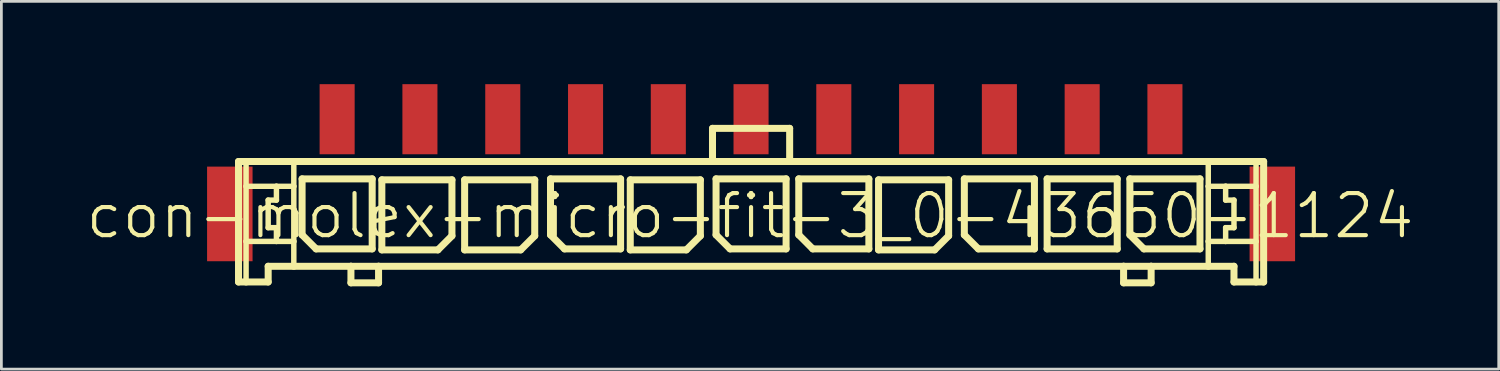
<source format=kicad_pcb>
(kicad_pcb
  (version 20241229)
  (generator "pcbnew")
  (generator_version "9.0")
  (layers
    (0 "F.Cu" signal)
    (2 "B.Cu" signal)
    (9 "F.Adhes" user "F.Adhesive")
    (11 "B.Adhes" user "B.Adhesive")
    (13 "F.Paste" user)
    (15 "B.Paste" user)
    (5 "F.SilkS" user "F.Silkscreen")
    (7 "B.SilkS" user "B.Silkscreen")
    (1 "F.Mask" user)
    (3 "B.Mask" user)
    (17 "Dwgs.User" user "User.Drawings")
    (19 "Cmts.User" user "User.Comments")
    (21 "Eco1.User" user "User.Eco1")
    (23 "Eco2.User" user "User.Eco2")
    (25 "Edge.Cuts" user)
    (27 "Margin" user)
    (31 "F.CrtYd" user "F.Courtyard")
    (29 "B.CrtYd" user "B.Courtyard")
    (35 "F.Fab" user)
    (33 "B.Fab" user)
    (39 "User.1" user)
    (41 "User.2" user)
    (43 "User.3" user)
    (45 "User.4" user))
  (footprint "con-molex-micro-fit-3_0-43650-1124"
    (layer "F.Cu")
    (at 24.13 4.773)
    (property "Reference" "con-molex-micro-fit-3_0-43650-1124" (at 0 0 0) (layer "F.SilkS") (effects (font (size 1.524 1.524) (thickness 0.15))))
    (attr smd)
    (fp_line (start -18.537 -1.971) (end -18.263 -1.971) (stroke (width 0.254) (type solid)) (layer "F.SilkS"))
    (fp_line (start -18.537 2.395) (end -18.537 -1.971) (stroke (width 0.254) (type solid)) (layer "F.SilkS"))
    (fp_line (start -18.263 -1.971) (end -16.533 -1.971) (stroke (width 0.254) (type solid)) (layer "F.SilkS"))
    (fp_line (start -18.263 -1.072) (end -18.263 -1.971) (stroke (width 0.198) (type solid)) (layer "F.SilkS"))
    (fp_line (start -18.263 0.925) (end -18.263 -1.072) (stroke (width 0.198) (type solid)) (layer "F.SilkS"))
    (fp_line (start -18.263 2.395) (end -18.537 2.395) (stroke (width 0.254) (type solid)) (layer "F.SilkS"))
    (fp_line (start -18.263 2.395) (end -18.263 0.925) (stroke (width 0.198) (type solid)) (layer "F.SilkS"))
    (fp_line (start -17.462 -0.572) (end -17.462 0.427) (stroke (width 0.198) (type solid)) (layer "F.SilkS"))
    (fp_line (start -17.462 0.427) (end -17.163 0.427) (stroke (width 0.198) (type solid)) (layer "F.SilkS"))
    (fp_line (start -17.462 1.826) (end -17.462 2.395) (stroke (width 0.254) (type solid)) (layer "F.SilkS"))
    (fp_line (start -17.462 2.395) (end -18.263 2.395) (stroke (width 0.254) (type solid)) (layer "F.SilkS"))
    (fp_line (start -17.163 -1.072) (end -18.263 -1.072) (stroke (width 0.198) (type solid)) (layer "F.SilkS"))
    (fp_line (start -17.163 -1.072) (end -17.163 -0.572) (stroke (width 0.198) (type solid)) (layer "F.SilkS"))
    (fp_line (start -17.163 -0.572) (end -17.462 -0.572) (stroke (width 0.198) (type solid)) (layer "F.SilkS"))
    (fp_line (start -17.163 0.427) (end -17.163 0.925) (stroke (width 0.198) (type solid)) (layer "F.SilkS"))
    (fp_line (start -17.163 0.925) (end -18.263 0.925) (stroke (width 0.198) (type solid)) (layer "F.SilkS"))
    (fp_line (start -16.533 -1.971) (end -1.361 -1.971) (stroke (width 0.254) (type solid)) (layer "F.SilkS"))
    (fp_line (start -16.533 -1.072) (end -17.163 -1.072) (stroke (width 0.198) (type solid)) (layer "F.SilkS"))
    (fp_line (start -16.533 -1.072) (end -16.533 -1.971) (stroke (width 0.198) (type solid)) (layer "F.SilkS"))
    (fp_line (start -16.533 0.925) (end -17.163 0.925) (stroke (width 0.198) (type solid)) (layer "F.SilkS"))
    (fp_line (start -16.533 0.925) (end -16.533 -1.072) (stroke (width 0.198) (type solid)) (layer "F.SilkS"))
    (fp_line (start -16.533 1.826) (end -17.462 1.826) (stroke (width 0.254) (type solid)) (layer "F.SilkS"))
    (fp_line (start -16.533 1.826) (end -16.533 0.925) (stroke (width 0.198) (type solid)) (layer "F.SilkS"))
    (fp_line (start -16.233 -1.341) (end -13.693 -1.341) (stroke (width 0.254) (type solid)) (layer "F.SilkS"))
    (fp_line (start -16.233 0.688) (end -16.233 -1.341) (stroke (width 0.254) (type solid)) (layer "F.SilkS"))
    (fp_line (start -15.725 1.196) (end -16.233 0.688) (stroke (width 0.254) (type solid)) (layer "F.SilkS"))
    (fp_line (start -14.463 1.826) (end -16.533 1.826) (stroke (width 0.254) (type solid)) (layer "F.SilkS"))
    (fp_line (start -14.463 1.826) (end -14.463 2.426) (stroke (width 0.254) (type solid)) (layer "F.SilkS"))
    (fp_line (start -14.463 2.426) (end -13.462 2.426) (stroke (width 0.254) (type solid)) (layer "F.SilkS"))
    (fp_line (start -13.693 -1.341) (end -13.693 1.196) (stroke (width 0.254) (type solid)) (layer "F.SilkS"))
    (fp_line (start -13.693 1.196) (end -15.725 1.196) (stroke (width 0.254) (type solid)) (layer "F.SilkS"))
    (fp_line (start -13.462 1.826) (end -14.463 1.826) (stroke (width 0.254) (type solid)) (layer "F.SilkS"))
    (fp_line (start -13.462 2.426) (end -13.462 1.826) (stroke (width 0.254) (type solid)) (layer "F.SilkS"))
    (fp_line (start -13.343 -1.306) (end -10.803 -1.306) (stroke (width 0.254) (type solid)) (layer "F.SilkS"))
    (fp_line (start -13.343 1.232) (end -13.343 -1.306) (stroke (width 0.254) (type solid)) (layer "F.SilkS"))
    (fp_line (start -11.311 1.232) (end -13.343 1.232) (stroke (width 0.254) (type solid)) (layer "F.SilkS"))
    (fp_line (start -10.803 -1.306) (end -10.803 0.724) (stroke (width 0.254) (type solid)) (layer "F.SilkS"))
    (fp_line (start -10.803 0.724) (end -11.311 1.232) (stroke (width 0.254) (type solid)) (layer "F.SilkS"))
    (fp_line (start -10.343 -1.306) (end -7.803 -1.306) (stroke (width 0.254) (type solid)) (layer "F.SilkS"))
    (fp_line (start -10.343 1.232) (end -10.343 -1.306) (stroke (width 0.254) (type solid)) (layer "F.SilkS"))
    (fp_line (start -8.311 1.232) (end -10.343 1.232) (stroke (width 0.254) (type solid)) (layer "F.SilkS"))
    (fp_line (start -7.803 -1.306) (end -7.803 0.724) (stroke (width 0.254) (type solid)) (layer "F.SilkS"))
    (fp_line (start -7.803 0.724) (end -8.311 1.232) (stroke (width 0.254) (type solid)) (layer "F.SilkS"))
    (fp_line (start -7.231 -1.341) (end -4.691 -1.341) (stroke (width 0.254) (type solid)) (layer "F.SilkS"))
    (fp_line (start -7.231 0.688) (end -7.231 -1.341) (stroke (width 0.254) (type solid)) (layer "F.SilkS"))
    (fp_line (start -6.723 1.196) (end -7.231 0.688) (stroke (width 0.254) (type solid)) (layer "F.SilkS"))
    (fp_line (start -4.691 -1.341) (end -4.691 1.196) (stroke (width 0.254) (type solid)) (layer "F.SilkS"))
    (fp_line (start -4.691 1.196) (end -6.723 1.196) (stroke (width 0.254) (type solid)) (layer "F.SilkS"))
    (fp_line (start -4.341 -1.306) (end -1.801 -1.306) (stroke (width 0.254) (type solid)) (layer "F.SilkS"))
    (fp_line (start -4.341 1.232) (end -4.341 -1.306) (stroke (width 0.254) (type solid)) (layer "F.SilkS"))
    (fp_line (start -2.309 1.232) (end -4.341 1.232) (stroke (width 0.254) (type solid)) (layer "F.SilkS"))
    (fp_line (start -1.801 -1.306) (end -1.801 0.724) (stroke (width 0.254) (type solid)) (layer "F.SilkS"))
    (fp_line (start -1.801 0.724) (end -2.309 1.232) (stroke (width 0.254) (type solid)) (layer "F.SilkS"))
    (fp_line (start -1.361 -3.172) (end -1.361 -1.971) (stroke (width 0.254) (type solid)) (layer "F.SilkS"))
    (fp_line (start -1.361 -3.172) (end 1.435 -3.172) (stroke (width 0.254) (type solid)) (layer "F.SilkS"))
    (fp_line (start -1.361 -1.971) (end 1.435 -1.971) (stroke (width 0.254) (type solid)) (layer "F.SilkS"))
    (fp_line (start -1.232 -1.341) (end 1.306 -1.341) (stroke (width 0.254) (type solid)) (layer "F.SilkS"))
    (fp_line (start -1.232 0.688) (end -1.232 -1.341) (stroke (width 0.254) (type solid)) (layer "F.SilkS"))
    (fp_line (start -0.724 1.196) (end -1.232 0.688) (stroke (width 0.254) (type solid)) (layer "F.SilkS"))
    (fp_line (start 1.306 -1.341) (end 1.306 1.196) (stroke (width 0.254) (type solid)) (layer "F.SilkS"))
    (fp_line (start 1.306 1.196) (end -0.724 1.196) (stroke (width 0.254) (type solid)) (layer "F.SilkS"))
    (fp_line (start 1.435 -3.172) (end 1.435 -1.971) (stroke (width 0.254) (type solid)) (layer "F.SilkS"))
    (fp_line (start 1.435 -1.971) (end 16.604 -1.971) (stroke (width 0.254) (type solid)) (layer "F.SilkS"))
    (fp_line (start 1.765 -1.341) (end 4.305 -1.341) (stroke (width 0.254) (type solid)) (layer "F.SilkS"))
    (fp_line (start 1.765 0.688) (end 1.765 -1.341) (stroke (width 0.254) (type solid)) (layer "F.SilkS"))
    (fp_line (start 2.273 1.196) (end 1.765 0.688) (stroke (width 0.254) (type solid)) (layer "F.SilkS"))
    (fp_line (start 4.305 -1.341) (end 4.305 1.196) (stroke (width 0.254) (type solid)) (layer "F.SilkS"))
    (fp_line (start 4.305 1.196) (end 2.273 1.196) (stroke (width 0.254) (type solid)) (layer "F.SilkS"))
    (fp_line (start 4.656 -1.306) (end 7.196 -1.306) (stroke (width 0.254) (type solid)) (layer "F.SilkS"))
    (fp_line (start 4.656 1.232) (end 4.656 -1.306) (stroke (width 0.254) (type solid)) (layer "F.SilkS"))
    (fp_line (start 6.688 1.232) (end 4.656 1.232) (stroke (width 0.254) (type solid)) (layer "F.SilkS"))
    (fp_line (start 7.196 -1.306) (end 7.196 0.724) (stroke (width 0.254) (type solid)) (layer "F.SilkS"))
    (fp_line (start 7.196 0.724) (end 6.688 1.232) (stroke (width 0.254) (type solid)) (layer "F.SilkS"))
    (fp_line (start 7.765 -1.341) (end 10.305 -1.341) (stroke (width 0.254) (type solid)) (layer "F.SilkS"))
    (fp_line (start 7.765 0.688) (end 7.765 -1.341) (stroke (width 0.254) (type solid)) (layer "F.SilkS"))
    (fp_line (start 8.273 1.196) (end 7.765 0.688) (stroke (width 0.254) (type solid)) (layer "F.SilkS"))
    (fp_line (start 10.305 -1.341) (end 10.305 1.196) (stroke (width 0.254) (type solid)) (layer "F.SilkS"))
    (fp_line (start 10.305 1.196) (end 8.273 1.196) (stroke (width 0.254) (type solid)) (layer "F.SilkS"))
    (fp_line (start 10.765 -1.341) (end 13.305 -1.341) (stroke (width 0.254) (type solid)) (layer "F.SilkS"))
    (fp_line (start 10.765 1.196) (end 10.765 -1.341) (stroke (width 0.254) (type solid)) (layer "F.SilkS"))
    (fp_line (start 13.305 -1.341) (end 13.305 1.196) (stroke (width 0.254) (type solid)) (layer "F.SilkS"))
    (fp_line (start 13.305 1.196) (end 10.765 1.196) (stroke (width 0.254) (type solid)) (layer "F.SilkS"))
    (fp_line (start 13.536 1.826) (end -13.462 1.826) (stroke (width 0.254) (type solid)) (layer "F.SilkS"))
    (fp_line (start 13.536 1.826) (end 13.536 2.426) (stroke (width 0.254) (type solid)) (layer "F.SilkS"))
    (fp_line (start 13.536 2.426) (end 14.534 2.426) (stroke (width 0.254) (type solid)) (layer "F.SilkS"))
    (fp_line (start 13.764 -1.341) (end 16.304 -1.341) (stroke (width 0.254) (type solid)) (layer "F.SilkS"))
    (fp_line (start 13.764 0.688) (end 13.764 -1.341) (stroke (width 0.254) (type solid)) (layer "F.SilkS"))
    (fp_line (start 14.272 1.196) (end 13.764 0.688) (stroke (width 0.254) (type solid)) (layer "F.SilkS"))
    (fp_line (start 14.534 1.826) (end 13.536 1.826) (stroke (width 0.254) (type solid)) (layer "F.SilkS"))
    (fp_line (start 14.534 2.426) (end 14.534 1.826) (stroke (width 0.254) (type solid)) (layer "F.SilkS"))
    (fp_line (start 16.304 -1.341) (end 16.304 1.196) (stroke (width 0.254) (type solid)) (layer "F.SilkS"))
    (fp_line (start 16.304 1.196) (end 14.272 1.196) (stroke (width 0.254) (type solid)) (layer "F.SilkS"))
    (fp_line (start 16.604 -1.971) (end 16.604 -1.072) (stroke (width 0.198) (type solid)) (layer "F.SilkS"))
    (fp_line (start 16.604 -1.971) (end 18.336 -1.971) (stroke (width 0.254) (type solid)) (layer "F.SilkS"))
    (fp_line (start 16.604 -1.072) (end 16.604 0.925) (stroke (width 0.198) (type solid)) (layer "F.SilkS"))
    (fp_line (start 16.604 -1.072) (end 17.234 -1.072) (stroke (width 0.198) (type solid)) (layer "F.SilkS"))
    (fp_line (start 16.604 0.925) (end 16.604 1.826) (stroke (width 0.198) (type solid)) (layer "F.SilkS"))
    (fp_line (start 16.604 0.925) (end 17.234 0.925) (stroke (width 0.198) (type solid)) (layer "F.SilkS"))
    (fp_line (start 16.604 1.826) (end 14.534 1.826) (stroke (width 0.254) (type solid)) (layer "F.SilkS"))
    (fp_line (start 17.234 -1.072) (end 17.234 -0.572) (stroke (width 0.198) (type solid)) (layer "F.SilkS"))
    (fp_line (start 17.234 -1.072) (end 18.336 -1.072) (stroke (width 0.198) (type solid)) (layer "F.SilkS"))
    (fp_line (start 17.234 -0.572) (end 17.536 -0.572) (stroke (width 0.198) (type solid)) (layer "F.SilkS"))
    (fp_line (start 17.234 0.427) (end 17.234 0.925) (stroke (width 0.198) (type solid)) (layer "F.SilkS"))
    (fp_line (start 17.234 0.925) (end 18.336 0.925) (stroke (width 0.198) (type solid)) (layer "F.SilkS"))
    (fp_line (start 17.536 -0.572) (end 17.536 0.427) (stroke (width 0.198) (type solid)) (layer "F.SilkS"))
    (fp_line (start 17.536 0.427) (end 17.234 0.427) (stroke (width 0.198) (type solid)) (layer "F.SilkS"))
    (fp_line (start 17.536 1.826) (end 16.604 1.826) (stroke (width 0.254) (type solid)) (layer "F.SilkS"))
    (fp_line (start 17.536 2.395) (end 17.536 1.826) (stroke (width 0.254) (type solid)) (layer "F.SilkS"))
    (fp_line (start 17.536 2.395) (end 18.336 2.395) (stroke (width 0.254) (type solid)) (layer "F.SilkS"))
    (fp_line (start 18.336 -1.971) (end 18.611 -1.971) (stroke (width 0.254) (type solid)) (layer "F.SilkS"))
    (fp_line (start 18.336 -1.072) (end 18.336 -1.971) (stroke (width 0.198) (type solid)) (layer "F.SilkS"))
    (fp_line (start 18.336 0.925) (end 18.336 -1.072) (stroke (width 0.198) (type solid)) (layer "F.SilkS"))
    (fp_line (start 18.336 2.395) (end 18.336 0.925) (stroke (width 0.198) (type solid)) (layer "F.SilkS"))
    (fp_line (start 18.336 2.395) (end 18.611 2.395) (stroke (width 0.254) (type solid)) (layer "F.SilkS"))
    (fp_line (start 18.611 -1.971) (end 18.611 2.395) (stroke (width 0.254) (type solid)) (layer "F.SilkS"))
    (pad "P$1" smd rect (at 15.034 -3.503) (size 1.27 2.54) (layers "F.Cu" "F.Mask" "F.Paste"))
    (pad "P$2" smd rect (at 12.035 -3.503) (size 1.27 2.54) (layers "F.Cu" "F.Mask" "F.Paste"))
    (pad "P$3" smd rect (at 9.035 -3.503) (size 1.27 2.54) (layers "F.Cu" "F.Mask" "F.Paste"))
    (pad "P$4" smd rect (at 6.035 -3.503) (size 1.27 2.54) (layers "F.Cu" "F.Mask" "F.Paste"))
    (pad "P$5" smd rect (at 3.035 -3.503) (size 1.27 2.54) (layers "F.Cu" "F.Mask" "F.Paste"))
    (pad "P$6" smd rect (at 0.036 -3.503) (size 1.27 2.54) (layers "F.Cu" "F.Mask" "F.Paste"))
    (pad "P$7" smd rect (at -2.962 -3.503) (size 1.27 2.54) (layers "F.Cu" "F.Mask" "F.Paste"))
    (pad "P$8" smd rect (at -5.961 -3.503) (size 1.27 2.54) (layers "F.Cu" "F.Mask" "F.Paste"))
    (pad "P$9" smd rect (at -8.961 -3.503) (size 1.27 2.54) (layers "F.Cu" "F.Mask" "F.Paste"))
    (pad "P$10" smd rect (at -11.963 -3.503) (size 1.27 2.54) (layers "F.Cu" "F.Mask" "F.Paste"))
    (pad "P$11" smd rect (at -14.963 -3.503) (size 1.27 2.54) (layers "F.Cu" "F.Mask" "F.Paste"))
    (pad "TAB1" smd rect (at 18.926 -0.071) (size 1.648 3.429) (layers "F.Cu" "F.Mask" "F.Paste"))
    (pad "TAB2" smd rect (at -18.852 -0.071) (size 1.648 3.429) (layers "F.Cu" "F.Mask" "F.Paste")))
  (gr_rect
    (start -3 -3)
    (end 51.26 10.325)
    (stroke (width 0.1) (type default))
    (fill no)
    (layer "Edge.Cuts")))
</source>
